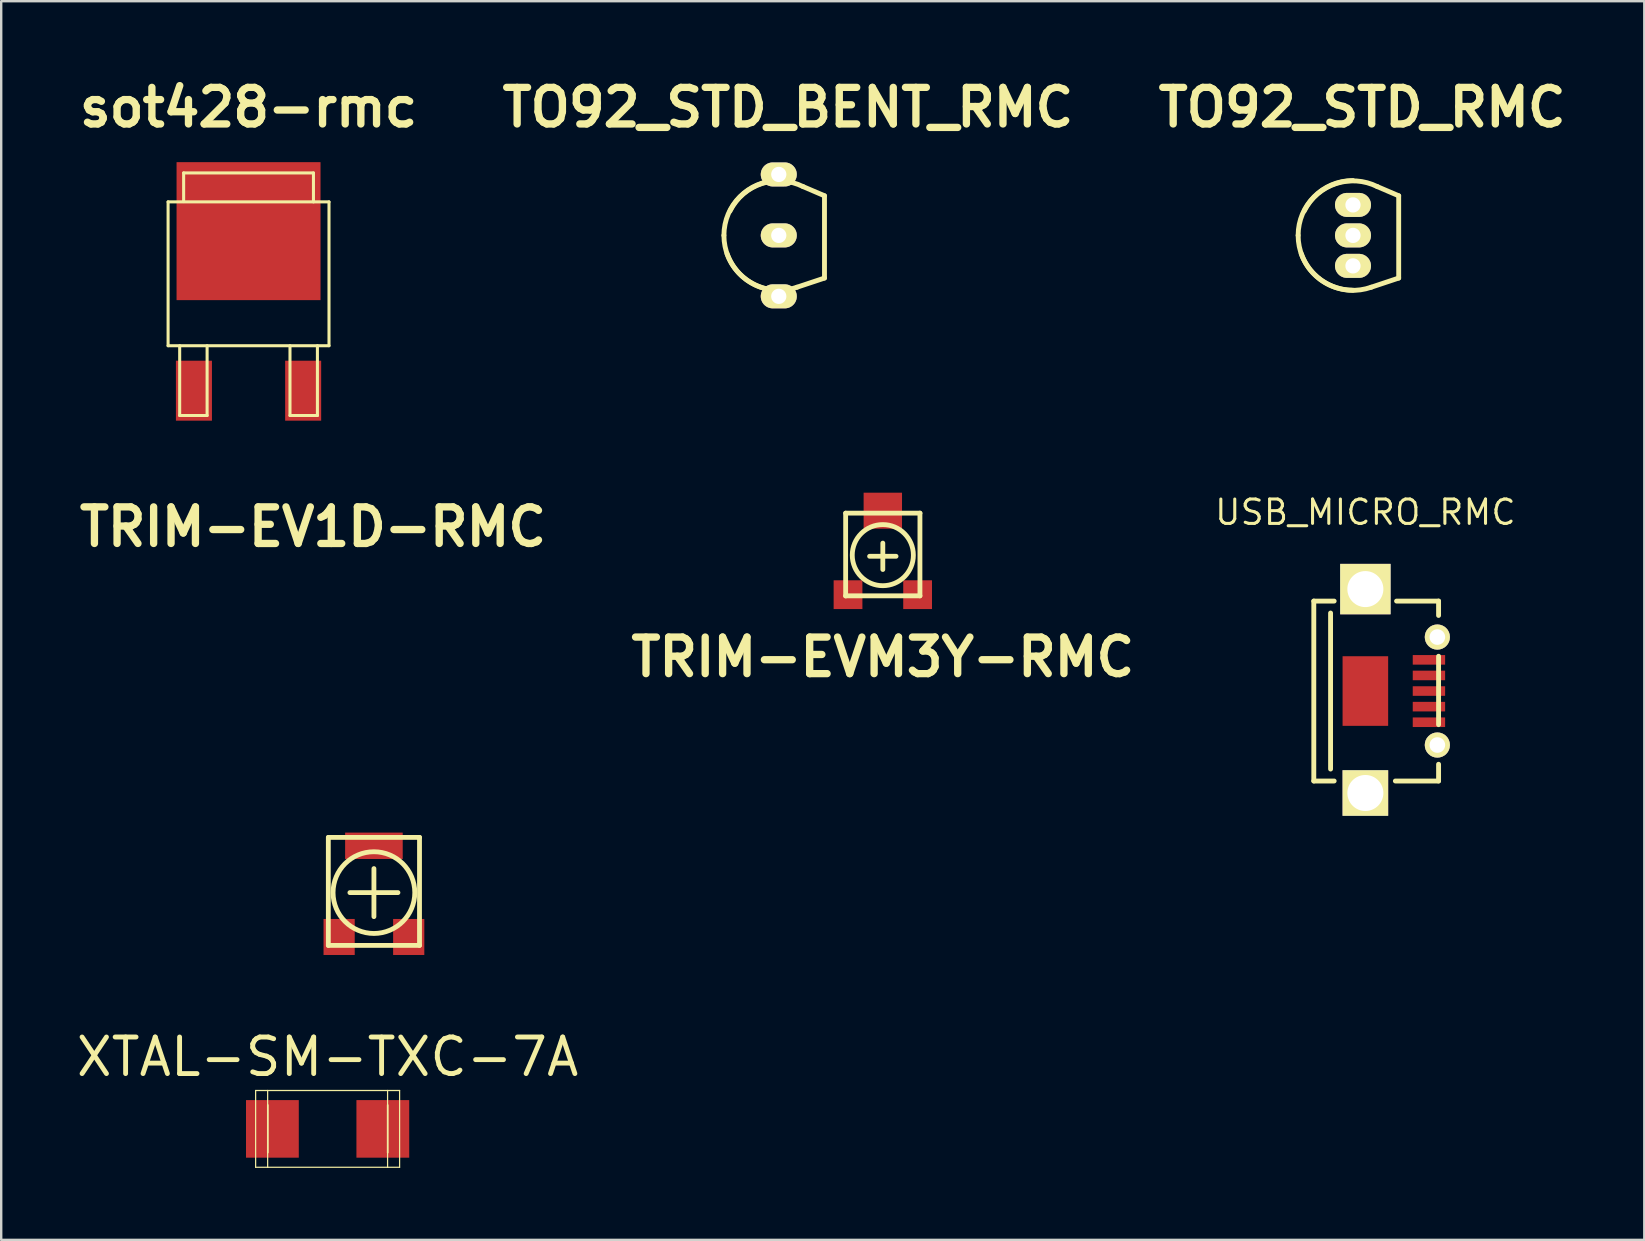
<source format=kicad_pcb>
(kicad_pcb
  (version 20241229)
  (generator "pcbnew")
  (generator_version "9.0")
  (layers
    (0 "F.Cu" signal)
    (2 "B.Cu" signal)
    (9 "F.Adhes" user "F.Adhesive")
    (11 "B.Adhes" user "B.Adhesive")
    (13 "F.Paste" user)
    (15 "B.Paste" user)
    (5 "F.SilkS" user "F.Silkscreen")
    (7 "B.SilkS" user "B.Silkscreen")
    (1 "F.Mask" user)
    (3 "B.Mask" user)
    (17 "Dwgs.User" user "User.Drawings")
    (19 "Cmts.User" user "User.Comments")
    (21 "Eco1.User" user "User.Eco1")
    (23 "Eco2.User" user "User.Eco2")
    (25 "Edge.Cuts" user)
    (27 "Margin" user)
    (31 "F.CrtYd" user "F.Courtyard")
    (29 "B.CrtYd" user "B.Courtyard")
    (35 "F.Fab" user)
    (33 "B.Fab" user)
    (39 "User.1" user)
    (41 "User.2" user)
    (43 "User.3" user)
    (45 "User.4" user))
  (footprint "TRIM-EV1D-RMC"
    (layer "F.Cu")
    (at 12.533 34.149)
    (property "Reference" "TRIM-EV1D-RMC" (at -2.54 -15.24 0) (layer "F.SilkS") (effects (font (size 1.524 1.524) (thickness 0.305))))
    (attr through_hole)
    (fp_line (start -1.9 2.2) (end -1.9 -2.301) (stroke (width 0.201) (type solid)) (layer "F.SilkS"))
    (fp_line (start -1.897 -2.301) (end 1.902 -2.301) (stroke (width 0.201) (type solid)) (layer "F.SilkS"))
    (fp_line (start -1.001 0) (end 1.001 0) (stroke (width 0.201) (type solid)) (layer "F.SilkS"))
    (fp_line (start 0 -1.001) (end 0 1.001) (stroke (width 0.201) (type solid)) (layer "F.SilkS"))
    (fp_line (start 1.9 -2.301) (end 1.9 2.2) (stroke (width 0.201) (type solid)) (layer "F.SilkS"))
    (fp_line (start 1.9 2.2) (end -1.9 2.2) (stroke (width 0.201) (type solid)) (layer "F.SilkS"))
    (fp_circle (center 0 0) (end 1.3 1.1) (stroke (width 0.201) (type solid)) (fill no) (layer "F.SilkS"))
    (pad "1" smd rect (at -1.45 1.849) (size 1.3 1.501) (layers "F.Cu" "F.Mask" "F.Paste"))
    (pad "2" smd rect (at 0 -1.951) (size 2.4 1.1) (layers "F.Cu" "F.Mask" "F.Paste"))
    (pad "3" smd rect (at 1.45 1.849) (size 1.3 1.501) (layers "F.Cu" "F.Mask" "F.Paste")))
  (footprint "sot428-rmc"
    (layer "F.Cu")
    (at 7.308 9.783)
    (property "Reference" "sot428-rmc" (at 0 -8.357 0) (layer "F.SilkS") (effects (font (size 1.524 1.524) (thickness 0.305))))
    (attr through_hole)
    (fp_line (start -3.353 -4.42) (end -3.353 1.575) (stroke (width 0.127) (type solid)) (layer "F.SilkS"))
    (fp_line (start -2.87 1.575) (end -2.87 4.483) (stroke (width 0.127) (type solid)) (layer "F.SilkS"))
    (fp_line (start -2.87 4.483) (end -1.727 4.483) (stroke (width 0.127) (type solid)) (layer "F.SilkS"))
    (fp_line (start -2.705 -5.626) (end 2.705 -5.626) (stroke (width 0.127) (type solid)) (layer "F.SilkS"))
    (fp_line (start -2.705 -4.432) (end -2.705 -5.626) (stroke (width 0.127) (type solid)) (layer "F.SilkS"))
    (fp_line (start -1.727 4.483) (end -1.727 1.575) (stroke (width 0.127) (type solid)) (layer "F.SilkS"))
    (fp_line (start 1.727 1.575) (end 1.727 4.483) (stroke (width 0.127) (type solid)) (layer "F.SilkS"))
    (fp_line (start 1.727 4.483) (end 2.87 4.483) (stroke (width 0.127) (type solid)) (layer "F.SilkS"))
    (fp_line (start 2.705 -5.626) (end 2.705 -4.42) (stroke (width 0.127) (type solid)) (layer "F.SilkS"))
    (fp_line (start 2.87 4.483) (end 2.87 1.575) (stroke (width 0.127) (type solid)) (layer "F.SilkS"))
    (fp_line (start 3.353 -4.42) (end -3.353 -4.42) (stroke (width 0.127) (type solid)) (layer "F.SilkS"))
    (fp_line (start 3.353 1.575) (end -3.353 1.575) (stroke (width 0.127) (type solid)) (layer "F.SilkS"))
    (fp_line (start 3.353 1.575) (end 3.353 -4.42) (stroke (width 0.127) (type solid)) (layer "F.SilkS"))
    (pad "1" smd rect (at -2.276 3.449) (size 1.501 2.499) (layers "F.Cu" "F.Mask" "F.Paste"))
    (pad "2" smd rect (at -2 -5.5) (size 1.8 1) (layers "F.Cu" "F.Mask" "F.Paste"))
    (pad "2" smd rect (at -2 -3.2) (size 1.8 1) (layers "F.Cu" "F.Mask" "F.Paste"))
    (pad "2" smd rect (at -2 -0.9) (size 1.8 1) (layers "F.Cu" "F.Mask" "F.Paste"))
    (pad "2" smd rect (at 0 -5.5) (size 1.8 1) (layers "F.Cu" "F.Mask" "F.Paste"))
    (pad "2" smd rect (at 0 -3.2) (size 1.8 1) (layers "F.Cu" "F.Mask" "F.Paste"))
    (pad "2" smd rect (at 0 -3.2) (size 6 5.75) (layers "F.Cu" "F.Mask"))
    (pad "2" smd rect (at 0 -0.9) (size 1.8 1) (layers "F.Cu" "F.Mask" "F.Paste"))
    (pad "2" smd rect (at 2 -5.5) (size 1.8 1) (layers "F.Cu" "F.Mask" "F.Paste"))
    (pad "2" smd rect (at 2 -3.2) (size 1.8 1) (layers "F.Cu" "F.Mask" "F.Paste"))
    (pad "2" smd rect (at 2 -0.9) (size 1.8 1) (layers "F.Cu" "F.Mask" "F.Paste"))
    (pad "3" smd rect (at 2.276 3.449) (size 1.501 2.499) (layers "F.Cu" "F.Mask" "F.Paste")))
  (footprint "TRIM-EVM3Y-RMC"
    (layer "F.Cu")
    (at 33.741 19.884)
    (property "Reference" "TRIM-EVM3Y-RMC" (at 0 4.45 0) (layer "F.SilkS") (effects (font (size 1.524 1.524) (thickness 0.305))))
    (attr through_hole)
    (fp_line (start -1.549 -1.549) (end 1.549 -1.549) (stroke (width 0.201) (type solid)) (layer "F.SilkS"))
    (fp_line (start -1.549 1.902) (end -1.549 -1.547) (stroke (width 0.201) (type solid)) (layer "F.SilkS"))
    (fp_line (start -0.551 0.249) (end 0.551 0.249) (stroke (width 0.201) (type solid)) (layer "F.SilkS"))
    (fp_line (start 0 0.8) (end 0 -0.3) (stroke (width 0.201) (type solid)) (layer "F.SilkS"))
    (fp_line (start 1.547 -1.549) (end 1.547 1.9) (stroke (width 0.201) (type solid)) (layer "F.SilkS"))
    (fp_line (start 1.547 1.897) (end -1.552 1.897) (stroke (width 0.201) (type solid)) (layer "F.SilkS"))
    (fp_circle (center 0 0.201) (end 0.95 1.049) (stroke (width 0.201) (type solid)) (fill no) (layer "F.SilkS"))
    (pad "1" smd rect (at -1.45 1.849) (size 1.199 1.199) (layers "F.Cu" "F.Mask" "F.Paste"))
    (pad "2" smd rect (at 0 -1.651) (size 1.6 1.501) (layers "F.Cu" "F.Mask" "F.Paste"))
    (pad "3" smd rect (at 1.45 1.849) (size 1.199 1.199) (layers "F.Cu" "F.Mask" "F.Paste")))
  (footprint "TO92_STD_BENT_RMC"
    (layer "F.Cu")
    (at 29.405 6.76)
    (property "Reference" "TO92_STD_BENT_RMC" (at 0.381 -5.334 0) (layer "F.SilkS") (effects (font (size 1.524 1.524) (thickness 0.305))))
    (attr through_hole)
    (fp_line (start 1.016 -2.032) (end 1.905 -1.651) (stroke (width 0.203) (type solid)) (layer "F.SilkS"))
    (fp_line (start 1.905 -1.651) (end 1.905 1.778) (stroke (width 0.203) (type solid)) (layer "F.SilkS"))
    (fp_line (start 1.905 1.778) (end 0.762 2.159) (stroke (width 0.203) (type solid)) (layer "F.SilkS"))
    (fp_arc (start -2.286 0) (mid -1.616446 -1.616446) (end 0 -2.286) (stroke (width 0.2032) (type solid)) (layer "F.SilkS"))
    (fp_arc (start -2.032 -1.016) (mid -0.71842 -2.155261) (end 1.016 -2.032) (stroke (width 0.2032) (type solid)) (layer "F.SilkS"))
    (fp_arc (start 0 2.286) (mid -1.616446 1.616446) (end -2.286 0) (stroke (width 0.2032) (type solid)) (layer "F.SilkS"))
    (fp_arc (start 0.762 2.159) (mid -0.987828 2.065459) (end -2.159 0.762) (stroke (width 0.2032) (type solid)) (layer "F.SilkS"))
    (pad "1" thru_hole oval (at 0 2.54) (size 1.501 1.001) (drill 0.635) (layers "*.Cu" "*.Mask" "F.SilkS"))
    (pad "2" thru_hole oval (at 0 0) (size 1.501 1.001) (drill 0.635) (layers "*.Cu" "*.Mask" "F.SilkS"))
    (pad "3" thru_hole oval (at 0 -2.54) (size 1.501 1.001) (drill 0.635) (layers "*.Cu" "*.Mask" "F.SilkS")))
  (footprint "XTAL-SM-TXC-7A"
    (layer "F.Cu")
    (at 10.603 43.996)
    (property "Reference" "XTAL-SM-TXC-7A" (at 0 -3 0) (layer "F.SilkS") (effects (font (size 1.524 1.524) (thickness 0.203))))
    (attr through_hole)
    (fp_line (start -3 -1.6) (end -2.499 -1.6) (stroke (width 0.051) (type solid)) (layer "F.SilkS"))
    (fp_line (start -3 1.6) (end -3 -1.6) (stroke (width 0.051) (type solid)) (layer "F.SilkS"))
    (fp_line (start -2.502 0.996) (end -2.502 -1.003) (stroke (width 0.051) (type solid)) (layer "F.SilkS"))
    (fp_line (start -2.499 -1.6) (end 2.499 -1.6) (stroke (width 0.051) (type solid)) (layer "F.SilkS"))
    (fp_line (start -2.499 0.996) (end -2.499 -1.003) (stroke (width 0.051) (type solid)) (layer "F.SilkS"))
    (fp_line (start -2.499 0.996) (end -2.499 -1.003) (stroke (width 0.051) (type solid)) (layer "F.SilkS"))
    (fp_line (start -2.499 0.996) (end -2.499 -1.003) (stroke (width 0.051) (type solid)) (layer "F.SilkS"))
    (fp_line (start -2.499 1.6) (end -3 1.6) (stroke (width 0.051) (type solid)) (layer "F.SilkS"))
    (fp_line (start -2.499 1.6) (end -2.499 -1.6) (stroke (width 0.051) (type solid)) (layer "F.SilkS"))
    (fp_line (start 2.499 -1.6) (end 2.499 1.6) (stroke (width 0.051) (type solid)) (layer "F.SilkS"))
    (fp_line (start 2.499 -1.6) (end 3 -1.6) (stroke (width 0.051) (type solid)) (layer "F.SilkS"))
    (fp_line (start 2.499 -1.001) (end 2.499 0.998) (stroke (width 0.051) (type solid)) (layer "F.SilkS"))
    (fp_line (start 2.499 -1.001) (end 2.499 0.998) (stroke (width 0.051) (type solid)) (layer "F.SilkS"))
    (fp_line (start 2.499 -1.001) (end 2.499 0.998) (stroke (width 0.051) (type solid)) (layer "F.SilkS"))
    (fp_line (start 2.499 -1.001) (end 2.499 0.998) (stroke (width 0.051) (type solid)) (layer "F.SilkS"))
    (fp_line (start 2.499 1.6) (end -2.499 1.6) (stroke (width 0.051) (type solid)) (layer "F.SilkS"))
    (fp_line (start 3 -1.6) (end 3 1.6) (stroke (width 0.051) (type solid)) (layer "F.SilkS"))
    (fp_line (start 3 1.6) (end 2.499 1.6) (stroke (width 0.051) (type solid)) (layer "F.SilkS"))
    (pad "1" smd rect (at -2.301 0) (size 2.2 2.4) (layers "F.Cu" "F.Mask" "F.Paste"))
    (pad "2" smd rect (at 2.301 0) (size 2.2 2.4) (layers "F.Cu" "F.Mask" "F.Paste")))
  (footprint "TO92_STD_RMC"
    (layer "F.Cu")
    (at 53.335 6.76)
    (property "Reference" "TO92_STD_RMC" (at 0.381 -5.334 0) (layer "F.SilkS") (effects (font (size 1.524 1.524) (thickness 0.305))))
    (attr through_hole)
    (fp_line (start 1.016 -2.032) (end 1.905 -1.651) (stroke (width 0.203) (type solid)) (layer "F.SilkS"))
    (fp_line (start 1.905 -1.651) (end 1.905 1.778) (stroke (width 0.203) (type solid)) (layer "F.SilkS"))
    (fp_line (start 1.905 1.778) (end 0.762 2.159) (stroke (width 0.203) (type solid)) (layer "F.SilkS"))
    (fp_arc (start -2.286 0) (mid -1.616446 -1.616446) (end 0 -2.286) (stroke (width 0.2032) (type solid)) (layer "F.SilkS"))
    (fp_arc (start -2.032 -1.016) (mid -0.71842 -2.155261) (end 1.016 -2.032) (stroke (width 0.2032) (type solid)) (layer "F.SilkS"))
    (fp_arc (start 0 2.286) (mid -1.616446 1.616446) (end -2.286 0) (stroke (width 0.2032) (type solid)) (layer "F.SilkS"))
    (fp_arc (start 0.762 2.159) (mid -0.987828 2.065459) (end -2.159 0.762) (stroke (width 0.2032) (type solid)) (layer "F.SilkS"))
    (pad "1" thru_hole oval (at 0 1.27) (size 1.501 1.001) (drill 0.635) (layers "*.Cu" "*.Mask" "F.SilkS"))
    (pad "2" thru_hole oval (at 0 0) (size 1.501 1.001) (drill 0.635) (layers "*.Cu" "*.Mask" "F.SilkS"))
    (pad "3" thru_hole oval (at 0 -1.27) (size 1.501 1.001) (drill 0.635) (layers "*.Cu" "*.Mask" "F.SilkS")))
  (footprint "USB_MICRO_RMC"
    (layer "F.Cu")
    (at 53.851 25.749)
    (property "Reference" "USB_MICRO_RMC" (at 0 -7.45 0) (layer "F.SilkS") (effects (font (size 1.016 1.016) (thickness 0.127))))
    (attr through_hole)
    (fp_line (start -2.149 -3.749) (end -1.3 -3.749) (stroke (width 0.203) (type solid)) (layer "F.SilkS"))
    (fp_line (start -2.149 3.749) (end -2.149 -3.749) (stroke (width 0.203) (type solid)) (layer "F.SilkS"))
    (fp_line (start -2.149 3.749) (end -1.3 3.749) (stroke (width 0.203) (type solid)) (layer "F.SilkS"))
    (fp_line (start -1.45 -3.251) (end -1.45 3.251) (stroke (width 0.203) (type solid)) (layer "F.SilkS"))
    (fp_line (start 1.25 3.749) (end 3.051 3.749) (stroke (width 0.203) (type solid)) (layer "F.SilkS"))
    (fp_line (start 1.3 -3.749) (end 3.051 -3.749) (stroke (width 0.203) (type solid)) (layer "F.SilkS"))
    (fp_line (start 3.051 -3.749) (end 3.051 -3.15) (stroke (width 0.203) (type solid)) (layer "F.SilkS"))
    (fp_line (start 3.051 -1.45) (end 3.051 1.4) (stroke (width 0.203) (type solid)) (layer "F.SilkS"))
    (fp_line (start 3.051 3.749) (end 3.051 3.051) (stroke (width 0.203) (type solid)) (layer "F.SilkS"))
    (pad "1" smd rect (at 2.649 -1.3) (size 1.349 0.399) (layers "F.Cu" "F.Mask" "F.Paste"))
    (pad "2" smd rect (at 2.649 -0.65) (size 1.349 0.399) (layers "F.Cu" "F.Mask" "F.Paste"))
    (pad "3" smd rect (at 2.649 0) (size 1.349 0.399) (layers "F.Cu" "F.Mask" "F.Paste"))
    (pad "4" smd rect (at 2.649 1.3) (size 1.349 0.399) (layers "F.Cu" "F.Mask" "F.Paste"))
    (pad "5" thru_hole rect (at 0 -4.249) (size 2.101 2.101) (drill 1.501) (layers "*.Cu" "*.Mask" "F.SilkS"))
    (pad "5" smd rect (at 0 0) (size 1.9 2.901) (layers "F.Cu" "F.Mask" "F.Paste"))
    (pad "5" thru_hole rect (at 0 4.249) (size 1.9 1.9) (drill 1.501) (layers "*.Cu" "*.Mask" "F.SilkS"))
    (pad "5" thru_hole circle (at 3 -2.25) (size 1.049 1.049) (drill 0.65) (layers "*.Cu" "*.Mask" "F.SilkS"))
    (pad "5" thru_hole circle (at 3 2.25) (size 1.049 1.049) (drill 0.65) (layers "*.Cu" "*.Mask" "F.SilkS"))
    (pad "6" smd rect (at 2.649 0.65) (size 1.349 0.399) (layers "F.Cu" "F.Mask" "F.Paste")))
  (gr_rect
    (start -3 -3)
    (end 65.475 48.622)
    (stroke (width 0.1) (type default))
    (fill no)
    (layer "Edge.Cuts")))
</source>
